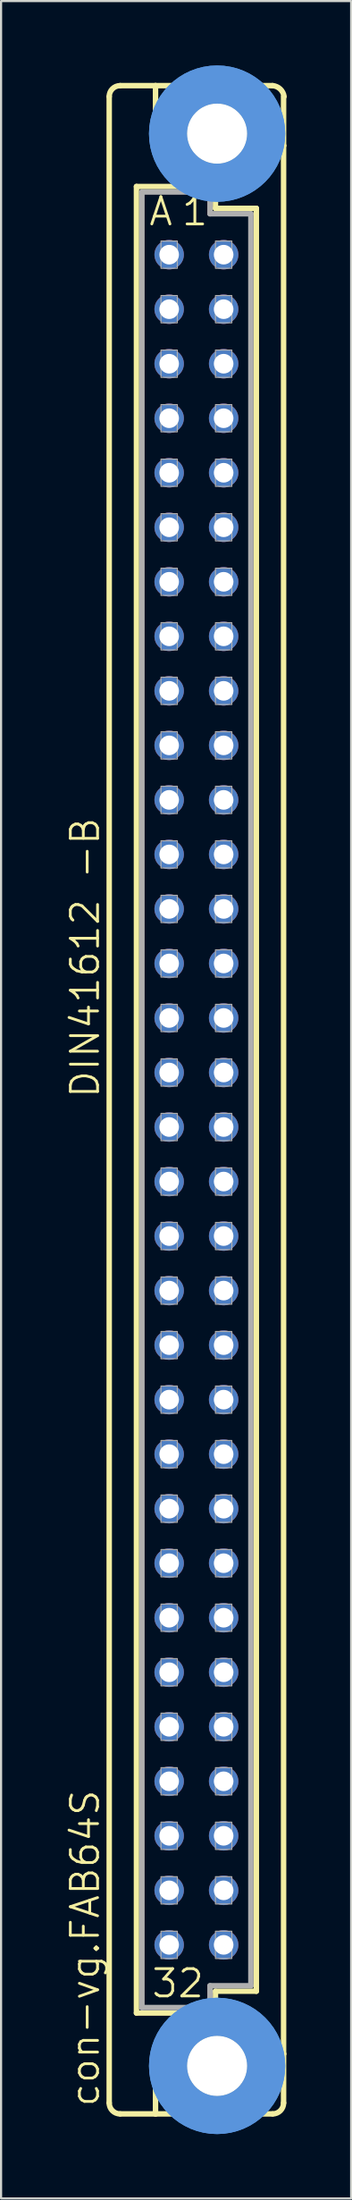
<source format=kicad_pcb>
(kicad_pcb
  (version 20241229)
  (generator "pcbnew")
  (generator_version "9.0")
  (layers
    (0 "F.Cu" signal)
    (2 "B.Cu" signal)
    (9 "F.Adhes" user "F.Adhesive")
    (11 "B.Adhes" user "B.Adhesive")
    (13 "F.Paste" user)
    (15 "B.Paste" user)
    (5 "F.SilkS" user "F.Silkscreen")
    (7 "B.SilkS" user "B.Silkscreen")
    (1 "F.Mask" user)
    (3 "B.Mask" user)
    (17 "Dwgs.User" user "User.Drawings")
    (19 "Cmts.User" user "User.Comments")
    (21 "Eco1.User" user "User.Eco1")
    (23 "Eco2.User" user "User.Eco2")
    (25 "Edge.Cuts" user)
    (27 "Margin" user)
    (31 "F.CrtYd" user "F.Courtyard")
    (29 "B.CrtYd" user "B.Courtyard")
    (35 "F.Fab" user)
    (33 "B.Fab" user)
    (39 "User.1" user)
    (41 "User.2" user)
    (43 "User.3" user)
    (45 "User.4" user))
  (footprint "con-vg.FAB64S"
    (layer "F.Cu")
    (at 6.105 48.184)
    (property "Reference" "con-vg.FAB64S" (at -4.445 46.99 90) (layer "F.SilkS") (effects (font (size 1.27 1.27) (thickness 0.13)) (justify left bottom)))
    (attr through_hole)
    (fp_line (start -4.064 46.736) (end -4.064 -46.736) (stroke (width 0.254) (type default)) (layer "F.SilkS"))
    (fp_line (start -3.556 47.244) (end -1.905 47.244) (stroke (width 0.254) (type default)) (layer "F.SilkS"))
    (fp_line (start -2.794 42.545) (end -2.794 -42.545) (stroke (width 0.254) (type default)) (layer "F.SilkS"))
    (fp_line (start -1.905 -47.244) (end -3.556 -47.244) (stroke (width 0.254) (type default)) (layer "F.SilkS"))
    (fp_line (start -1.905 -47.244) (end -1.905 -44.45) (stroke (width 0.254) (type default)) (layer "F.SilkS"))
    (fp_line (start -1.905 47.244) (end -1.905 44.45) (stroke (width 0.254) (type default)) (layer "F.SilkS"))
    (fp_line (start -1.905 47.244) (end 3.556 47.244) (stroke (width 0.254) (type default)) (layer "F.SilkS"))
    (fp_line (start -0.381 -42.545) (end -2.794 -42.545) (stroke (width 0.254) (type default)) (layer "F.SilkS"))
    (fp_line (start -0.381 -42.545) (end -1.905 -44.45) (stroke (width 0.254) (type default)) (layer "F.SilkS"))
    (fp_line (start -0.381 -42.545) (end 0.889 -42.545) (stroke (width 0.254) (type default)) (layer "F.SilkS"))
    (fp_line (start -0.381 42.545) (end -2.794 42.545) (stroke (width 0.254) (type default)) (layer "F.SilkS"))
    (fp_line (start -0.381 42.545) (end -1.905 44.45) (stroke (width 0.254) (type default)) (layer "F.SilkS"))
    (fp_line (start 0.889 -42.545) (end 2.667 -42.545) (stroke (width 0.254) (type default)) (layer "F.SilkS"))
    (fp_line (start 0.889 -41.529) (end 0.889 -42.545) (stroke (width 0.254) (type default)) (layer "F.SilkS"))
    (fp_line (start 0.889 41.529) (end 2.794 41.529) (stroke (width 0.254) (type default)) (layer "F.SilkS"))
    (fp_line (start 0.889 42.545) (end -0.381 42.545) (stroke (width 0.254) (type default)) (layer "F.SilkS"))
    (fp_line (start 0.889 42.545) (end 0.889 41.529) (stroke (width 0.254) (type default)) (layer "F.SilkS"))
    (fp_line (start 0.889 42.545) (end 2.667 42.545) (stroke (width 0.254) (type default)) (layer "F.SilkS"))
    (fp_line (start 2.667 -42.545) (end 4.064 -44.45) (stroke (width 0.254) (type default)) (layer "F.SilkS"))
    (fp_line (start 2.667 42.545) (end 4.064 44.45) (stroke (width 0.254) (type default)) (layer "F.SilkS"))
    (fp_line (start 2.794 -41.529) (end 0.889 -41.529) (stroke (width 0.254) (type default)) (layer "F.SilkS"))
    (fp_line (start 2.794 41.529) (end 2.794 -41.529) (stroke (width 0.254) (type default)) (layer "F.SilkS"))
    (fp_line (start 3.556 -47.244) (end -1.905 -47.244) (stroke (width 0.254) (type default)) (layer "F.SilkS"))
    (fp_line (start 4.064 -44.45) (end 4.064 -46.736) (stroke (width 0.254) (type default)) (layer "F.SilkS"))
    (fp_line (start 4.064 -44.45) (end 4.064 44.45) (stroke (width 0.254) (type default)) (layer "F.SilkS"))
    (fp_line (start 4.064 46.736) (end 4.064 44.45) (stroke (width 0.254) (type default)) (layer "F.SilkS"))
    (fp_arc (start -4.064 -46.736) (mid -3.91521 -47.09521) (end -3.556 -47.244) (stroke (width 0.254) (type default)) (layer "F.SilkS"))
    (fp_arc (start -3.556 47.244) (mid -3.91521 47.09521) (end -4.064 46.736) (stroke (width 0.254) (type default)) (layer "F.SilkS"))
    (fp_arc (start 3.556 -47.244) (mid 3.909437 -47.084315) (end 4.086 -46.739) (stroke (width 0.254) (type default)) (layer "F.SilkS"))
    (fp_arc (start 4.064 46.736) (mid 3.91521 47.09521) (end 3.556 47.244) (stroke (width 0.254) (type default)) (layer "F.SilkS"))
    (fp_circle (center 0.965 -45.009) (end 2.235 -45.009) (stroke (width 0.254) (type default)) (fill no) (layer "F.SilkS"))
    (fp_circle (center 0.965 45.009) (end 2.235 45.009) (stroke (width 0.254) (type default)) (fill no) (layer "F.SilkS"))
    (fp_circle (center 0.965 -45.009) (end 3.251 -45.009) (stroke (width 1.778) (type default)) (fill no) (layer "Cmts.User"))
    (fp_circle (center 0.965 -45.009) (end 3.251 -45.009) (stroke (width 1.778) (type default)) (fill no) (layer "Cmts.User"))
    (fp_circle (center 0.965 45.009) (end 3.251 45.009) (stroke (width 1.778) (type default)) (fill no) (layer "Cmts.User"))
    (fp_circle (center 0.965 45.009) (end 3.251 45.009) (stroke (width 1.778) (type default)) (fill no) (layer "Cmts.User"))
    (fp_line (start -2.54 -42.291) (end -2.54 42.291) (stroke (width 0.254) (type default)) (layer "F.Fab"))
    (fp_line (start 0.635 -42.291) (end -2.54 -42.291) (stroke (width 0.254) (type default)) (layer "F.Fab"))
    (fp_line (start 0.635 -41.275) (end 0.635 -42.291) (stroke (width 0.254) (type default)) (layer "F.Fab"))
    (fp_line (start 0.635 41.275) (end 0.635 42.291) (stroke (width 0.254) (type default)) (layer "F.Fab"))
    (fp_line (start 0.635 41.275) (end 2.54 41.275) (stroke (width 0.254) (type default)) (layer "F.Fab"))
    (fp_line (start 0.635 42.291) (end -2.54 42.291) (stroke (width 0.254) (type default)) (layer "F.Fab"))
    (fp_line (start 2.54 -41.275) (end 0.635 -41.275) (stroke (width 0.254) (type default)) (layer "F.Fab"))
    (fp_line (start 2.54 41.275) (end 2.54 -41.275) (stroke (width 0.254) (type default)) (layer "F.Fab"))
    (fp_rect (start -1.651 -38.735) (end -0.889 -40.005) (stroke (width 0.05) (type default)) (fill no) (layer "F.Fab"))
    (fp_rect (start -1.651 -36.195) (end -0.889 -37.465) (stroke (width 0.05) (type default)) (fill no) (layer "F.Fab"))
    (fp_rect (start -1.651 -33.655) (end -0.889 -34.925) (stroke (width 0.05) (type default)) (fill no) (layer "F.Fab"))
    (fp_rect (start -1.651 -31.115) (end -0.889 -32.385) (stroke (width 0.05) (type default)) (fill no) (layer "F.Fab"))
    (fp_rect (start -1.651 -28.575) (end -0.889 -29.845) (stroke (width 0.05) (type default)) (fill no) (layer "F.Fab"))
    (fp_rect (start -1.651 -26.035) (end -0.889 -27.305) (stroke (width 0.05) (type default)) (fill no) (layer "F.Fab"))
    (fp_rect (start -1.651 -23.495) (end -0.889 -24.765) (stroke (width 0.05) (type default)) (fill no) (layer "F.Fab"))
    (fp_rect (start -1.651 -20.955) (end -0.889 -22.225) (stroke (width 0.05) (type default)) (fill no) (layer "F.Fab"))
    (fp_rect (start -1.651 -18.415) (end -0.889 -19.685) (stroke (width 0.05) (type default)) (fill no) (layer "F.Fab"))
    (fp_rect (start -1.651 -15.875) (end -0.889 -17.145) (stroke (width 0.05) (type default)) (fill no) (layer "F.Fab"))
    (fp_rect (start -1.651 -13.335) (end -0.889 -14.605) (stroke (width 0.05) (type default)) (fill no) (layer "F.Fab"))
    (fp_rect (start -1.651 -10.795) (end -0.889 -12.065) (stroke (width 0.05) (type default)) (fill no) (layer "F.Fab"))
    (fp_rect (start -1.651 -8.255) (end -0.889 -9.525) (stroke (width 0.05) (type default)) (fill no) (layer "F.Fab"))
    (fp_rect (start -1.651 -5.715) (end -0.889 -6.985) (stroke (width 0.05) (type default)) (fill no) (layer "F.Fab"))
    (fp_rect (start -1.651 -3.175) (end -0.889 -4.445) (stroke (width 0.05) (type default)) (fill no) (layer "F.Fab"))
    (fp_rect (start -1.651 -0.635) (end -0.889 -1.905) (stroke (width 0.05) (type default)) (fill no) (layer "F.Fab"))
    (fp_rect (start -1.651 1.905) (end -0.889 0.635) (stroke (width 0.05) (type default)) (fill no) (layer "F.Fab"))
    (fp_rect (start -1.651 4.445) (end -0.889 3.175) (stroke (width 0.05) (type default)) (fill no) (layer "F.Fab"))
    (fp_rect (start -1.651 6.985) (end -0.889 5.715) (stroke (width 0.05) (type default)) (fill no) (layer "F.Fab"))
    (fp_rect (start -1.651 9.525) (end -0.889 8.255) (stroke (width 0.05) (type default)) (fill no) (layer "F.Fab"))
    (fp_rect (start -1.651 12.065) (end -0.889 10.795) (stroke (width 0.05) (type default)) (fill no) (layer "F.Fab"))
    (fp_rect (start -1.651 14.605) (end -0.889 13.335) (stroke (width 0.05) (type default)) (fill no) (layer "F.Fab"))
    (fp_rect (start -1.651 17.145) (end -0.889 15.875) (stroke (width 0.05) (type default)) (fill no) (layer "F.Fab"))
    (fp_rect (start -1.651 19.685) (end -0.889 18.415) (stroke (width 0.05) (type default)) (fill no) (layer "F.Fab"))
    (fp_rect (start -1.651 22.225) (end -0.889 20.955) (stroke (width 0.05) (type default)) (fill no) (layer "F.Fab"))
    (fp_rect (start -1.651 24.765) (end -0.889 23.495) (stroke (width 0.05) (type default)) (fill no) (layer "F.Fab"))
    (fp_rect (start -1.651 27.305) (end -0.889 26.035) (stroke (width 0.05) (type default)) (fill no) (layer "F.Fab"))
    (fp_rect (start -1.651 29.845) (end -0.889 28.575) (stroke (width 0.05) (type default)) (fill no) (layer "F.Fab"))
    (fp_rect (start -1.651 32.385) (end -0.889 31.115) (stroke (width 0.05) (type default)) (fill no) (layer "F.Fab"))
    (fp_rect (start -1.651 34.925) (end -0.889 33.655) (stroke (width 0.05) (type default)) (fill no) (layer "F.Fab"))
    (fp_rect (start -1.651 37.465) (end -0.889 36.195) (stroke (width 0.05) (type default)) (fill no) (layer "F.Fab"))
    (fp_rect (start -1.651 40.005) (end -0.889 38.735) (stroke (width 0.05) (type default)) (fill no) (layer "F.Fab"))
    (fp_rect (start 0.889 -38.735) (end 1.651 -40.005) (stroke (width 0.05) (type default)) (fill no) (layer "F.Fab"))
    (fp_rect (start 0.889 -36.195) (end 1.651 -37.465) (stroke (width 0.05) (type default)) (fill no) (layer "F.Fab"))
    (fp_rect (start 0.889 -33.655) (end 1.651 -34.925) (stroke (width 0.05) (type default)) (fill no) (layer "F.Fab"))
    (fp_rect (start 0.889 -31.115) (end 1.651 -32.385) (stroke (width 0.05) (type default)) (fill no) (layer "F.Fab"))
    (fp_rect (start 0.889 -28.575) (end 1.651 -29.845) (stroke (width 0.05) (type default)) (fill no) (layer "F.Fab"))
    (fp_rect (start 0.889 -26.035) (end 1.651 -27.305) (stroke (width 0.05) (type default)) (fill no) (layer "F.Fab"))
    (fp_rect (start 0.889 -23.495) (end 1.651 -24.765) (stroke (width 0.05) (type default)) (fill no) (layer "F.Fab"))
    (fp_rect (start 0.889 -20.955) (end 1.651 -22.225) (stroke (width 0.05) (type default)) (fill no) (layer "F.Fab"))
    (fp_rect (start 0.889 -18.415) (end 1.651 -19.685) (stroke (width 0.05) (type default)) (fill no) (layer "F.Fab"))
    (fp_rect (start 0.889 -15.875) (end 1.651 -17.145) (stroke (width 0.05) (type default)) (fill no) (layer "F.Fab"))
    (fp_rect (start 0.889 -13.335) (end 1.651 -14.605) (stroke (width 0.05) (type default)) (fill no) (layer "F.Fab"))
    (fp_rect (start 0.889 -10.795) (end 1.651 -12.065) (stroke (width 0.05) (type default)) (fill no) (layer "F.Fab"))
    (fp_rect (start 0.889 -8.255) (end 1.651 -9.525) (stroke (width 0.05) (type default)) (fill no) (layer "F.Fab"))
    (fp_rect (start 0.889 -5.715) (end 1.651 -6.985) (stroke (width 0.05) (type default)) (fill no) (layer "F.Fab"))
    (fp_rect (start 0.889 -3.175) (end 1.651 -4.445) (stroke (width 0.05) (type default)) (fill no) (layer "F.Fab"))
    (fp_rect (start 0.889 -0.635) (end 1.651 -1.905) (stroke (width 0.05) (type default)) (fill no) (layer "F.Fab"))
    (fp_rect (start 0.889 1.905) (end 1.651 0.635) (stroke (width 0.05) (type default)) (fill no) (layer "F.Fab"))
    (fp_rect (start 0.889 4.445) (end 1.651 3.175) (stroke (width 0.05) (type default)) (fill no) (layer "F.Fab"))
    (fp_rect (start 0.889 6.985) (end 1.651 5.715) (stroke (width 0.05) (type default)) (fill no) (layer "F.Fab"))
    (fp_rect (start 0.889 9.525) (end 1.651 8.255) (stroke (width 0.05) (type default)) (fill no) (layer "F.Fab"))
    (fp_rect (start 0.889 12.065) (end 1.651 10.795) (stroke (width 0.05) (type default)) (fill no) (layer "F.Fab"))
    (fp_rect (start 0.889 14.605) (end 1.651 13.335) (stroke (width 0.05) (type default)) (fill no) (layer "F.Fab"))
    (fp_rect (start 0.889 17.145) (end 1.651 15.875) (stroke (width 0.05) (type default)) (fill no) (layer "F.Fab"))
    (fp_rect (start 0.889 19.685) (end 1.651 18.415) (stroke (width 0.05) (type default)) (fill no) (layer "F.Fab"))
    (fp_rect (start 0.889 22.225) (end 1.651 20.955) (stroke (width 0.05) (type default)) (fill no) (layer "F.Fab"))
    (fp_rect (start 0.889 24.765) (end 1.651 23.495) (stroke (width 0.05) (type default)) (fill no) (layer "F.Fab"))
    (fp_rect (start 0.889 27.305) (end 1.651 26.035) (stroke (width 0.05) (type default)) (fill no) (layer "F.Fab"))
    (fp_rect (start 0.889 29.845) (end 1.651 28.575) (stroke (width 0.05) (type default)) (fill no) (layer "F.Fab"))
    (fp_rect (start 0.889 32.385) (end 1.651 31.115) (stroke (width 0.05) (type default)) (fill no) (layer "F.Fab"))
    (fp_rect (start 0.889 34.925) (end 1.651 33.655) (stroke (width 0.05) (type default)) (fill no) (layer "F.Fab"))
    (fp_rect (start 0.889 37.465) (end 1.651 36.195) (stroke (width 0.05) (type default)) (fill no) (layer "F.Fab"))
    (fp_rect (start 0.889 40.005) (end 1.651 38.735) (stroke (width 0.05) (type default)) (fill no) (layer "F.Fab"))
    (fp_text user "32" (at -2.159 41.91 0) (layer "F.SilkS") (effects (font (size 1.27 1.27) (thickness 0.13)) (justify left bottom)))
    (fp_text user "1" (at -0.762 -40.64 0) (layer "F.SilkS") (effects (font (size 1.27 1.27) (thickness 0.13)) (justify left bottom)))
    (fp_text user "DIN41612 -B" (at -4.445 0 90) (layer "F.SilkS") (effects (font (size 1.27 1.27) (thickness 0.13)) (justify left bottom)))
    (fp_text user "A" (at -2.286 -40.64 0) (layer "F.SilkS") (effects (font (size 1.27 1.27) (thickness 0.13)) (justify left bottom)))
    (pad "" np_thru_hole circle (at 0.965 -45.009) (size 2.794 2.794) (drill 2.794) (layers "*.Cu" "*.Mask"))
    (pad "" np_thru_hole circle (at 0.965 45.009) (size 2.794 2.794) (drill 2.794) (layers "*.Cu" "*.Mask"))
    (pad "A1" thru_hole circle (at -1.27 -39.37) (size 1.372 1.372) (drill 0.914) (layers "*.Cu" "*.Mask"))
    (pad "A2" thru_hole circle (at -1.27 -36.83) (size 1.372 1.372) (drill 0.914) (layers "*.Cu" "*.Mask"))
    (pad "A3" thru_hole circle (at -1.27 -34.29) (size 1.372 1.372) (drill 0.914) (layers "*.Cu" "*.Mask"))
    (pad "A4" thru_hole circle (at -1.27 -31.75) (size 1.372 1.372) (drill 0.914) (layers "*.Cu" "*.Mask"))
    (pad "A5" thru_hole circle (at -1.27 -29.21) (size 1.372 1.372) (drill 0.914) (layers "*.Cu" "*.Mask"))
    (pad "A6" thru_hole circle (at -1.27 -26.67) (size 1.372 1.372) (drill 0.914) (layers "*.Cu" "*.Mask"))
    (pad "A7" thru_hole circle (at -1.27 -24.13) (size 1.372 1.372) (drill 0.914) (layers "*.Cu" "*.Mask"))
    (pad "A8" thru_hole circle (at -1.27 -21.59) (size 1.372 1.372) (drill 0.914) (layers "*.Cu" "*.Mask"))
    (pad "A9" thru_hole circle (at -1.27 -19.05) (size 1.372 1.372) (drill 0.914) (layers "*.Cu" "*.Mask"))
    (pad "A10" thru_hole circle (at -1.27 -16.51) (size 1.372 1.372) (drill 0.914) (layers "*.Cu" "*.Mask"))
    (pad "A11" thru_hole circle (at -1.27 -13.97) (size 1.372 1.372) (drill 0.914) (layers "*.Cu" "*.Mask"))
    (pad "A12" thru_hole circle (at -1.27 -11.43) (size 1.372 1.372) (drill 0.914) (layers "*.Cu" "*.Mask"))
    (pad "A13" thru_hole circle (at -1.27 -8.89) (size 1.372 1.372) (drill 0.914) (layers "*.Cu" "*.Mask"))
    (pad "A14" thru_hole circle (at -1.27 -6.35) (size 1.372 1.372) (drill 0.914) (layers "*.Cu" "*.Mask"))
    (pad "A15" thru_hole circle (at -1.27 -3.81) (size 1.372 1.372) (drill 0.914) (layers "*.Cu" "*.Mask"))
    (pad "A16" thru_hole circle (at -1.27 -1.27) (size 1.372 1.372) (drill 0.914) (layers "*.Cu" "*.Mask"))
    (pad "A17" thru_hole circle (at -1.27 1.27) (size 1.372 1.372) (drill 0.914) (layers "*.Cu" "*.Mask"))
    (pad "A18" thru_hole circle (at -1.27 3.81) (size 1.372 1.372) (drill 0.914) (layers "*.Cu" "*.Mask"))
    (pad "A19" thru_hole circle (at -1.27 6.35) (size 1.372 1.372) (drill 0.914) (layers "*.Cu" "*.Mask"))
    (pad "A20" thru_hole circle (at -1.27 8.89) (size 1.372 1.372) (drill 0.914) (layers "*.Cu" "*.Mask"))
    (pad "A21" thru_hole circle (at -1.27 11.43) (size 1.372 1.372) (drill 0.914) (layers "*.Cu" "*.Mask"))
    (pad "A22" thru_hole circle (at -1.27 13.97) (size 1.372 1.372) (drill 0.914) (layers "*.Cu" "*.Mask"))
    (pad "A23" thru_hole circle (at -1.27 16.51) (size 1.372 1.372) (drill 0.914) (layers "*.Cu" "*.Mask"))
    (pad "A24" thru_hole circle (at -1.27 19.05) (size 1.372 1.372) (drill 0.914) (layers "*.Cu" "*.Mask"))
    (pad "A25" thru_hole circle (at -1.27 21.59) (size 1.372 1.372) (drill 0.914) (layers "*.Cu" "*.Mask"))
    (pad "A26" thru_hole circle (at -1.27 24.13) (size 1.372 1.372) (drill 0.914) (layers "*.Cu" "*.Mask"))
    (pad "A27" thru_hole circle (at -1.27 26.67) (size 1.372 1.372) (drill 0.914) (layers "*.Cu" "*.Mask"))
    (pad "A28" thru_hole circle (at -1.27 29.21) (size 1.372 1.372) (drill 0.914) (layers "*.Cu" "*.Mask"))
    (pad "A29" thru_hole circle (at -1.27 31.75) (size 1.372 1.372) (drill 0.914) (layers "*.Cu" "*.Mask"))
    (pad "A30" thru_hole circle (at -1.27 34.29) (size 1.372 1.372) (drill 0.914) (layers "*.Cu" "*.Mask"))
    (pad "A31" thru_hole circle (at -1.27 36.83) (size 1.372 1.372) (drill 0.914) (layers "*.Cu" "*.Mask"))
    (pad "A32" thru_hole circle (at -1.27 39.37) (size 1.372 1.372) (drill 0.914) (layers "*.Cu" "*.Mask"))
    (pad "B1" thru_hole circle (at 1.27 -39.37) (size 1.372 1.372) (drill 0.914) (layers "*.Cu" "*.Mask"))
    (pad "B2" thru_hole circle (at 1.27 -36.83) (size 1.372 1.372) (drill 0.914) (layers "*.Cu" "*.Mask"))
    (pad "B3" thru_hole circle (at 1.27 -34.29) (size 1.372 1.372) (drill 0.914) (layers "*.Cu" "*.Mask"))
    (pad "B4" thru_hole circle (at 1.27 -31.75) (size 1.372 1.372) (drill 0.914) (layers "*.Cu" "*.Mask"))
    (pad "B5" thru_hole circle (at 1.27 -29.21) (size 1.372 1.372) (drill 0.914) (layers "*.Cu" "*.Mask"))
    (pad "B6" thru_hole circle (at 1.27 -26.67) (size 1.372 1.372) (drill 0.914) (layers "*.Cu" "*.Mask"))
    (pad "B7" thru_hole circle (at 1.27 -24.13) (size 1.372 1.372) (drill 0.914) (layers "*.Cu" "*.Mask"))
    (pad "B8" thru_hole circle (at 1.27 -21.59) (size 1.372 1.372) (drill 0.914) (layers "*.Cu" "*.Mask"))
    (pad "B9" thru_hole circle (at 1.27 -19.05) (size 1.372 1.372) (drill 0.914) (layers "*.Cu" "*.Mask"))
    (pad "B10" thru_hole circle (at 1.27 -16.51) (size 1.372 1.372) (drill 0.914) (layers "*.Cu" "*.Mask"))
    (pad "B11" thru_hole circle (at 1.27 -13.97) (size 1.372 1.372) (drill 0.914) (layers "*.Cu" "*.Mask"))
    (pad "B12" thru_hole circle (at 1.27 -11.43) (size 1.372 1.372) (drill 0.914) (layers "*.Cu" "*.Mask"))
    (pad "B13" thru_hole circle (at 1.27 -8.89) (size 1.372 1.372) (drill 0.914) (layers "*.Cu" "*.Mask"))
    (pad "B14" thru_hole circle (at 1.27 -6.35) (size 1.372 1.372) (drill 0.914) (layers "*.Cu" "*.Mask"))
    (pad "B15" thru_hole circle (at 1.27 -3.81) (size 1.372 1.372) (drill 0.914) (layers "*.Cu" "*.Mask"))
    (pad "B16" thru_hole circle (at 1.27 -1.27) (size 1.372 1.372) (drill 0.914) (layers "*.Cu" "*.Mask"))
    (pad "B17" thru_hole circle (at 1.27 1.27) (size 1.372 1.372) (drill 0.914) (layers "*.Cu" "*.Mask"))
    (pad "B18" thru_hole circle (at 1.27 3.81) (size 1.372 1.372) (drill 0.914) (layers "*.Cu" "*.Mask"))
    (pad "B19" thru_hole circle (at 1.27 6.35) (size 1.372 1.372) (drill 0.914) (layers "*.Cu" "*.Mask"))
    (pad "B20" thru_hole circle (at 1.27 8.89) (size 1.372 1.372) (drill 0.914) (layers "*.Cu" "*.Mask"))
    (pad "B21" thru_hole circle (at 1.27 11.43) (size 1.372 1.372) (drill 0.914) (layers "*.Cu" "*.Mask"))
    (pad "B22" thru_hole circle (at 1.27 13.97) (size 1.372 1.372) (drill 0.914) (layers "*.Cu" "*.Mask"))
    (pad "B23" thru_hole circle (at 1.27 16.51) (size 1.372 1.372) (drill 0.914) (layers "*.Cu" "*.Mask"))
    (pad "B24" thru_hole circle (at 1.27 19.05) (size 1.372 1.372) (drill 0.914) (layers "*.Cu" "*.Mask"))
    (pad "B25" thru_hole circle (at 1.27 21.59) (size 1.372 1.372) (drill 0.914) (layers "*.Cu" "*.Mask"))
    (pad "B26" thru_hole circle (at 1.27 24.13) (size 1.372 1.372) (drill 0.914) (layers "*.Cu" "*.Mask"))
    (pad "B27" thru_hole circle (at 1.27 26.67) (size 1.372 1.372) (drill 0.914) (layers "*.Cu" "*.Mask"))
    (pad "B28" thru_hole circle (at 1.27 29.21) (size 1.372 1.372) (drill 0.914) (layers "*.Cu" "*.Mask"))
    (pad "B29" thru_hole circle (at 1.27 31.75) (size 1.372 1.372) (drill 0.914) (layers "*.Cu" "*.Mask"))
    (pad "B30" thru_hole circle (at 1.27 34.29) (size 1.372 1.372) (drill 0.914) (layers "*.Cu" "*.Mask"))
    (pad "B31" thru_hole circle (at 1.27 36.83) (size 1.372 1.372) (drill 0.914) (layers "*.Cu" "*.Mask"))
    (pad "B32" thru_hole circle (at 1.27 39.37) (size 1.372 1.372) (drill 0.914) (layers "*.Cu" "*.Mask")))
  (gr_rect
    (start -3 -3)
    (end 13.318 99.368)
    (stroke (width 0.1) (type default))
    (fill no)
    (layer "Edge.Cuts")))
</source>
